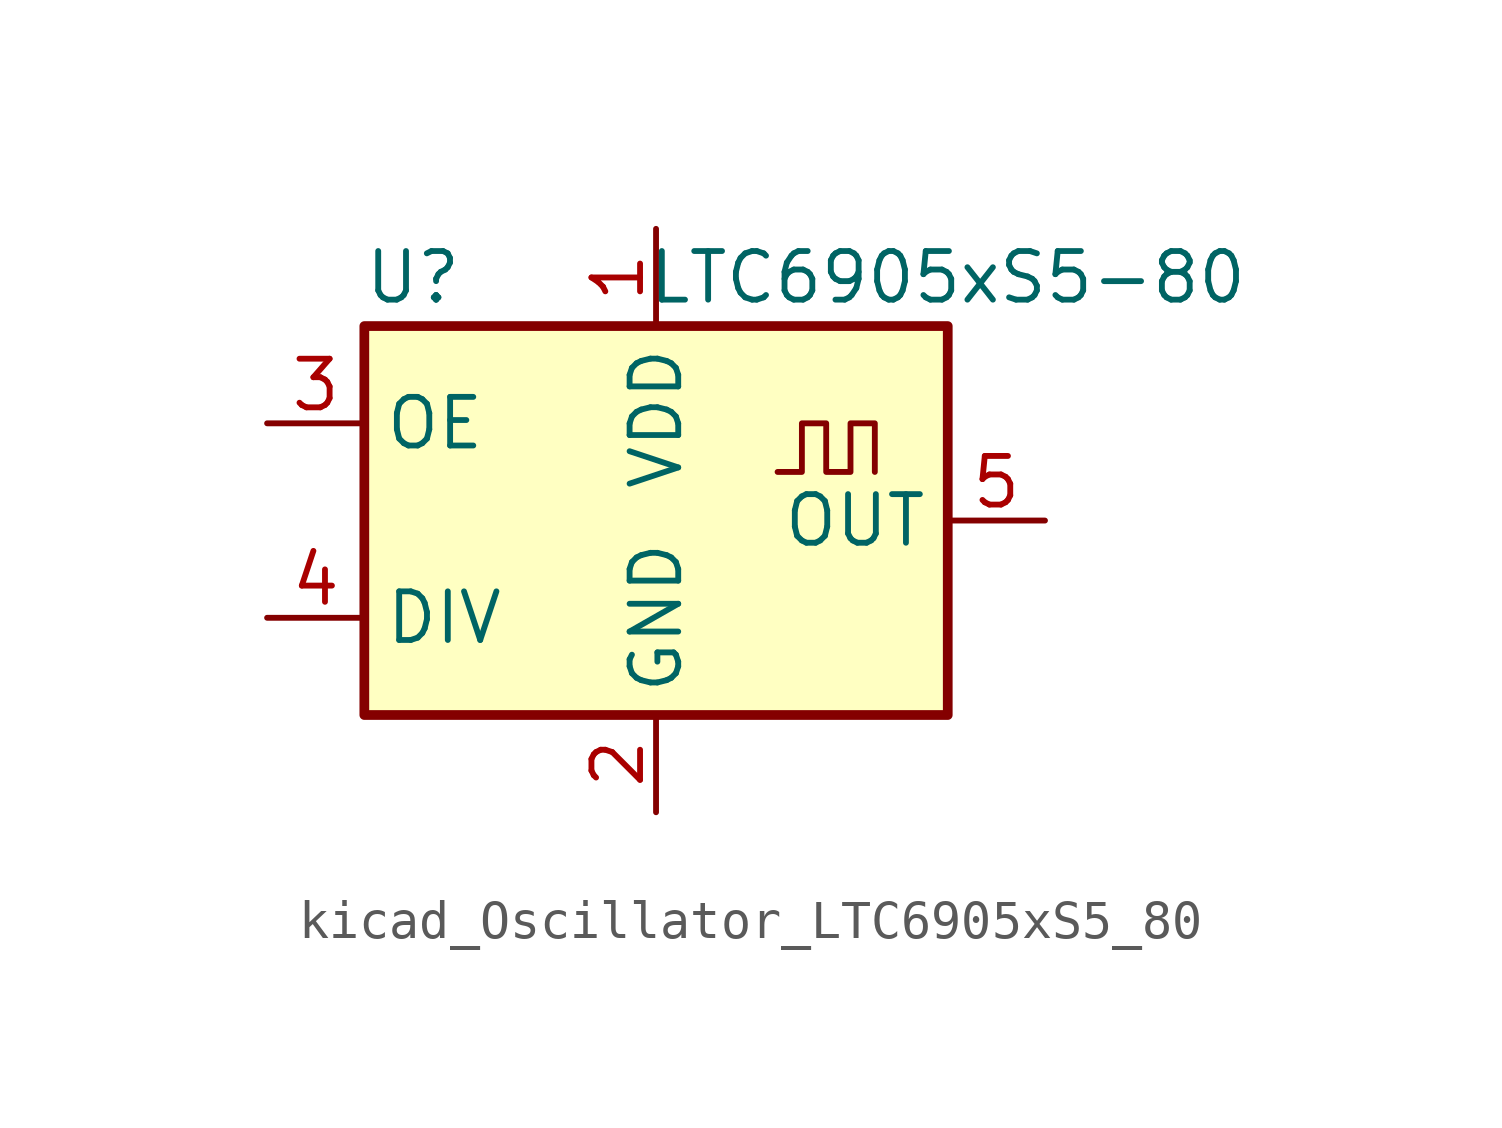
<source format=kicad_sym>
(kicad_symbol_lib
  (version 20220914)
  (generator kicad_symbol_editor)
  (symbol "kicad_Oscillator_LTC6905xS5_80"
    (property "Reference" "U"
      (at -6.35 6.35 0)
      (effects (font (size 1.27 1.27))))
    (property "Value" "LTC6905xS5-80"
      (at 7.62 6.35 0)
      (effects (font (size 1.27 1.27))))
    (symbol "kicad_Oscillator_LTC6905xS5_80_1_1"
      (rectangle (start -7.62 5.08) (end 7.62 -5.08) (stroke (width 0.254) (type default)) (fill (type background)))
      (polyline (pts (xy 3.175 1.27) (xy 3.81 1.27) (xy 3.81 2.54) (xy 4.445 2.54) (xy 4.445 1.27) (xy 5.08 1.27) (xy 5.08 2.54) (xy 5.715 2.54) (xy 5.715 1.27)) (stroke (width 0) (type default)) (fill (type none)))
      (pin power_in line (at 0 7.62 270) (length 2.54) (name "VDD" (effects (font (size 1.27 1.27)))) (number "1" (effects (font (size 1.27 1.27)))))
      (pin power_in line (at 0 -7.62 90) (length 2.54) (name "GND" (effects (font (size 1.27 1.27)))) (number "2" (effects (font (size 1.27 1.27)))))
      (pin input line (at -10.16 2.54 0) (length 2.54) (name "OE" (effects (font (size 1.27 1.27)))) (number "3" (effects (font (size 1.27 1.27)))))
      (pin input line (at -10.16 -2.54 0) (length 2.54) (name "DIV" (effects (font (size 1.27 1.27)))) (number "4" (effects (font (size 1.27 1.27)))))
      (pin output line (at 10.16 0 180) (length 2.54) (name "OUT" (effects (font (size 1.27 1.27)))) (number "5" (effects (font (size 1.27 1.27))))))))
</source>
